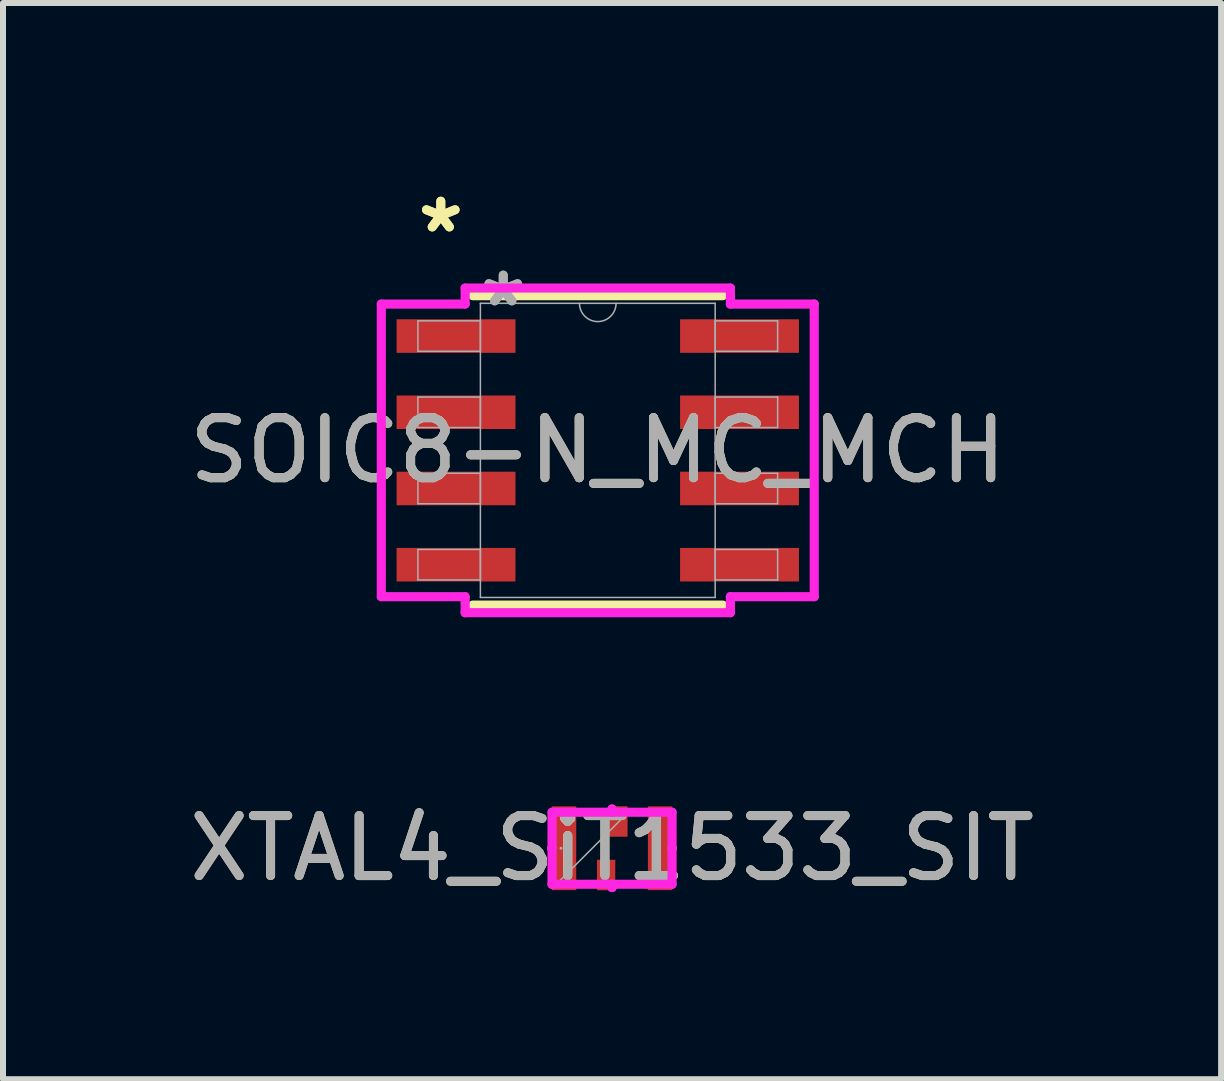
<source format=kicad_pcb>
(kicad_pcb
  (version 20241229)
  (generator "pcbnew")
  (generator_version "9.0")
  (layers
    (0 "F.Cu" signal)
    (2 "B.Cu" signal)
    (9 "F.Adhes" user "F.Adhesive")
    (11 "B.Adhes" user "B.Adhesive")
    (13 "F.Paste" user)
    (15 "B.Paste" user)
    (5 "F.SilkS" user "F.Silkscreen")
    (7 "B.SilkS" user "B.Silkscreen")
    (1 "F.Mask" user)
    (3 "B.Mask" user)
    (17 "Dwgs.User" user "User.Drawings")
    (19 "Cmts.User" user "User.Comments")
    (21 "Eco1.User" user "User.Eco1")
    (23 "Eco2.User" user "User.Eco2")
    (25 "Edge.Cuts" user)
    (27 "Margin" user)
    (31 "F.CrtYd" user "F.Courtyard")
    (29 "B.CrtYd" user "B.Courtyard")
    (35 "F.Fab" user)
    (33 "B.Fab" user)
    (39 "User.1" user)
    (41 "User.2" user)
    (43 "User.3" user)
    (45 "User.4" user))
  (footprint "SOIC8-N_MC_MCH"
    (layer "F.Cu")
    (at 6.911 4.455)
    (property "Reference" "SOIC8-N_MC_MCH" (at 0 0 0) (unlocked yes) (layer "F.SilkS") (effects (font (size 1 1) (thickness 0.15))))
    (attr smd)
    (fp_line (start -2.083 2.578) (end 2.083 2.578) (stroke (width 0.152) (type solid)) (layer "F.SilkS"))
    (fp_line (start 2.083 -2.578) (end -2.083 -2.578) (stroke (width 0.152) (type solid)) (layer "F.SilkS"))
    (fp_line (start -3.607 -2.438) (end -2.21 -2.438) (stroke (width 0.152) (type solid)) (layer "F.CrtYd"))
    (fp_line (start -3.607 2.438) (end -3.607 -2.438) (stroke (width 0.152) (type solid)) (layer "F.CrtYd"))
    (fp_line (start -3.607 2.438) (end -2.21 2.438) (stroke (width 0.152) (type solid)) (layer "F.CrtYd"))
    (fp_line (start -2.21 -2.705) (end 2.21 -2.705) (stroke (width 0.152) (type solid)) (layer "F.CrtYd"))
    (fp_line (start -2.21 -2.438) (end -2.21 -2.705) (stroke (width 0.152) (type solid)) (layer "F.CrtYd"))
    (fp_line (start -2.21 2.705) (end -2.21 2.438) (stroke (width 0.152) (type solid)) (layer "F.CrtYd"))
    (fp_line (start 2.21 -2.705) (end 2.21 -2.438) (stroke (width 0.152) (type solid)) (layer "F.CrtYd"))
    (fp_line (start 2.21 2.438) (end 2.21 2.705) (stroke (width 0.152) (type solid)) (layer "F.CrtYd"))
    (fp_line (start 2.21 2.705) (end -2.21 2.705) (stroke (width 0.152) (type solid)) (layer "F.CrtYd"))
    (fp_line (start 3.607 -2.438) (end 2.21 -2.438) (stroke (width 0.152) (type solid)) (layer "F.CrtYd"))
    (fp_line (start 3.607 -2.438) (end 3.607 2.438) (stroke (width 0.152) (type solid)) (layer "F.CrtYd"))
    (fp_line (start 3.607 2.438) (end 2.21 2.438) (stroke (width 0.152) (type solid)) (layer "F.CrtYd"))
    (fp_line (start -2.997 -2.159) (end -2.997 -1.651) (stroke (width 0.025) (type solid)) (layer "F.Fab"))
    (fp_line (start -2.997 -1.651) (end -1.956 -1.651) (stroke (width 0.025) (type solid)) (layer "F.Fab"))
    (fp_line (start -2.997 -0.889) (end -2.997 -0.381) (stroke (width 0.025) (type solid)) (layer "F.Fab"))
    (fp_line (start -2.997 -0.381) (end -1.956 -0.381) (stroke (width 0.025) (type solid)) (layer "F.Fab"))
    (fp_line (start -2.997 0.381) (end -2.997 0.889) (stroke (width 0.025) (type solid)) (layer "F.Fab"))
    (fp_line (start -2.997 0.889) (end -1.956 0.889) (stroke (width 0.025) (type solid)) (layer "F.Fab"))
    (fp_line (start -2.997 1.651) (end -2.997 2.159) (stroke (width 0.025) (type solid)) (layer "F.Fab"))
    (fp_line (start -2.997 2.159) (end -1.956 2.159) (stroke (width 0.025) (type solid)) (layer "F.Fab"))
    (fp_line (start -1.956 -2.451) (end -1.956 2.451) (stroke (width 0.025) (type solid)) (layer "F.Fab"))
    (fp_line (start -1.956 -2.159) (end -2.997 -2.159) (stroke (width 0.025) (type solid)) (layer "F.Fab"))
    (fp_line (start -1.956 -1.651) (end -1.956 -2.159) (stroke (width 0.025) (type solid)) (layer "F.Fab"))
    (fp_line (start -1.956 -0.889) (end -2.997 -0.889) (stroke (width 0.025) (type solid)) (layer "F.Fab"))
    (fp_line (start -1.956 -0.381) (end -1.956 -0.889) (stroke (width 0.025) (type solid)) (layer "F.Fab"))
    (fp_line (start -1.956 0.381) (end -2.997 0.381) (stroke (width 0.025) (type solid)) (layer "F.Fab"))
    (fp_line (start -1.956 0.889) (end -1.956 0.381) (stroke (width 0.025) (type solid)) (layer "F.Fab"))
    (fp_line (start -1.956 1.651) (end -2.997 1.651) (stroke (width 0.025) (type solid)) (layer "F.Fab"))
    (fp_line (start -1.956 2.159) (end -1.956 1.651) (stroke (width 0.025) (type solid)) (layer "F.Fab"))
    (fp_line (start -1.956 2.451) (end 1.956 2.451) (stroke (width 0.025) (type solid)) (layer "F.Fab"))
    (fp_line (start 1.956 -2.451) (end -1.956 -2.451) (stroke (width 0.025) (type solid)) (layer "F.Fab"))
    (fp_line (start 1.956 -2.159) (end 1.956 -1.651) (stroke (width 0.025) (type solid)) (layer "F.Fab"))
    (fp_line (start 1.956 -1.651) (end 2.997 -1.651) (stroke (width 0.025) (type solid)) (layer "F.Fab"))
    (fp_line (start 1.956 -0.889) (end 1.956 -0.381) (stroke (width 0.025) (type solid)) (layer "F.Fab"))
    (fp_line (start 1.956 -0.381) (end 2.997 -0.381) (stroke (width 0.025) (type solid)) (layer "F.Fab"))
    (fp_line (start 1.956 0.381) (end 1.956 0.889) (stroke (width 0.025) (type solid)) (layer "F.Fab"))
    (fp_line (start 1.956 0.889) (end 2.997 0.889) (stroke (width 0.025) (type solid)) (layer "F.Fab"))
    (fp_line (start 1.956 1.651) (end 1.956 2.159) (stroke (width 0.025) (type solid)) (layer "F.Fab"))
    (fp_line (start 1.956 2.159) (end 2.997 2.159) (stroke (width 0.025) (type solid)) (layer "F.Fab"))
    (fp_line (start 1.956 2.451) (end 1.956 -2.451) (stroke (width 0.025) (type solid)) (layer "F.Fab"))
    (fp_line (start 2.997 -2.159) (end 1.956 -2.159) (stroke (width 0.025) (type solid)) (layer "F.Fab"))
    (fp_line (start 2.997 -1.651) (end 2.997 -2.159) (stroke (width 0.025) (type solid)) (layer "F.Fab"))
    (fp_line (start 2.997 -0.889) (end 1.956 -0.889) (stroke (width 0.025) (type solid)) (layer "F.Fab"))
    (fp_line (start 2.997 -0.381) (end 2.997 -0.889) (stroke (width 0.025) (type solid)) (layer "F.Fab"))
    (fp_line (start 2.997 0.381) (end 1.956 0.381) (stroke (width 0.025) (type solid)) (layer "F.Fab"))
    (fp_line (start 2.997 0.889) (end 2.997 0.381) (stroke (width 0.025) (type solid)) (layer "F.Fab"))
    (fp_line (start 2.997 1.651) (end 1.956 1.651) (stroke (width 0.025) (type solid)) (layer "F.Fab"))
    (fp_line (start 2.997 2.159) (end 2.997 1.651) (stroke (width 0.025) (type solid)) (layer "F.Fab"))
    (fp_arc (start 0.3048 -2.4511) (mid 0 -2.1463) (end -0.3048 -2.4511) (stroke (width 0.0254) (type solid)) (layer "F.Fab"))
    (fp_text user "*" (at -2.616 -3.607 0) (layer "F.SilkS") (effects (font (size 1 1) (thickness 0.15))))
    (fp_text user "*" (at -2.616 -3.607 0) (unlocked yes) (layer "F.SilkS") (effects (font (size 1 1) (thickness 0.15))))
    (fp_text user "${REFERENCE}" (at 0 0 0) (unlocked yes) (layer "F.Fab") (effects (font (size 1 1) (thickness 0.15))))
    (fp_text user "*" (at -1.575 -2.375 0) (layer "F.Fab") (effects (font (size 1 1) (thickness 0.15))))
    (fp_text user "*" (at -1.575 -2.375 0) (unlocked yes) (layer "F.Fab") (effects (font (size 1 1) (thickness 0.15))))
    (pad "1" smd rect (at -2.362 -1.905) (size 1.981 0.559) (layers "F.Cu" "F.Mask" "F.Paste"))
    (pad "2" smd rect (at -2.362 -0.635) (size 1.981 0.559) (layers "F.Cu" "F.Mask" "F.Paste"))
    (pad "3" smd rect (at -2.362 0.635) (size 1.981 0.559) (layers "F.Cu" "F.Mask" "F.Paste"))
    (pad "4" smd rect (at -2.362 1.905) (size 1.981 0.559) (layers "F.Cu" "F.Mask" "F.Paste"))
    (pad "5" smd rect (at 2.362 1.905) (size 1.981 0.559) (layers "F.Cu" "F.Mask" "F.Paste"))
    (pad "6" smd rect (at 2.362 0.635) (size 1.981 0.559) (layers "F.Cu" "F.Mask" "F.Paste"))
    (pad "7" smd rect (at 2.362 -0.635) (size 1.981 0.559) (layers "F.Cu" "F.Mask" "F.Paste"))
    (pad "8" smd rect (at 2.362 -1.905) (size 1.981 0.559) (layers "F.Cu" "F.Mask" "F.Paste")))
  (footprint "XTAL4_SiT1533_SIT"
    (layer "F.Cu")
    (at 7.149 11.085)
    (property "Reference" "XTAL4_SiT1533_SIT" (at 0 0 0) (unlocked yes) (layer "F.SilkS") (effects (font (size 1 1) (thickness 0.15))))
    (attr smd)
    (fp_line (start -1.003 0) (end -1.003 0) (stroke (width 0.152) (type solid)) (layer "F.CrtYd"))
    (fp_line (start -1.003 0) (end -1 0) (stroke (width 0.152) (type solid)) (layer "F.CrtYd"))
    (fp_line (start -1 -0.6) (end 0 -0.6) (stroke (width 0.152) (type solid)) (layer "F.CrtYd"))
    (fp_line (start -1 0) (end -1.003 0) (stroke (width 0.152) (type solid)) (layer "F.CrtYd"))
    (fp_line (start -1 0) (end -1 -0.6) (stroke (width 0.152) (type solid)) (layer "F.CrtYd"))
    (fp_line (start -1 0.6) (end -1 0) (stroke (width 0.152) (type solid)) (layer "F.CrtYd"))
    (fp_line (start 0 -0.653) (end 0 -0.653) (stroke (width 0.152) (type solid)) (layer "F.CrtYd"))
    (fp_line (start 0 -0.653) (end 0 -0.6) (stroke (width 0.152) (type solid)) (layer "F.CrtYd"))
    (fp_line (start 0 -0.6) (end 0 -0.653) (stroke (width 0.152) (type solid)) (layer "F.CrtYd"))
    (fp_line (start 0 -0.6) (end 1 -0.6) (stroke (width 0.152) (type solid)) (layer "F.CrtYd"))
    (fp_line (start 0 0.6) (end -1 0.6) (stroke (width 0.152) (type solid)) (layer "F.CrtYd"))
    (fp_line (start 0 0.6) (end 0 0.653) (stroke (width 0.152) (type solid)) (layer "F.CrtYd"))
    (fp_line (start 0 0.653) (end 0 0.6) (stroke (width 0.152) (type solid)) (layer "F.CrtYd"))
    (fp_line (start 0 0.653) (end 0 0.653) (stroke (width 0.152) (type solid)) (layer "F.CrtYd"))
    (fp_line (start 1 -0.6) (end 1 0) (stroke (width 0.152) (type solid)) (layer "F.CrtYd"))
    (fp_line (start 1 0) (end 1 0.6) (stroke (width 0.152) (type solid)) (layer "F.CrtYd"))
    (fp_line (start 1 0) (end 1.003 0) (stroke (width 0.152) (type solid)) (layer "F.CrtYd"))
    (fp_line (start 1 0.6) (end 0 0.6) (stroke (width 0.152) (type solid)) (layer "F.CrtYd"))
    (fp_line (start 1.003 0) (end 1 0) (stroke (width 0.152) (type solid)) (layer "F.CrtYd"))
    (fp_line (start 1.003 0) (end 1.003 0) (stroke (width 0.152) (type solid)) (layer "F.CrtYd"))
    (fp_line (start -1 -0.6) (end -1 0.6) (stroke (width 0.025) (type solid)) (layer "F.Fab"))
    (fp_line (start -1 0.6) (end 1 0.6) (stroke (width 0.025) (type solid)) (layer "F.Fab"))
    (fp_line (start -1 0.67) (end 0.27 -0.6) (stroke (width 0.025) (type solid)) (layer "F.Fab"))
    (fp_line (start 1 -0.6) (end -1 -0.6) (stroke (width 0.025) (type solid)) (layer "F.Fab"))
    (fp_line (start 1 0.6) (end 1 -0.6) (stroke (width 0.025) (type solid)) (layer "F.Fab"))
    (fp_circle (center -0.851 0) (end -0.851 0) (stroke (width 0.025) (type solid)) (fill no) (layer "F.Fab"))
    (fp_text user "${REFERENCE}" (at 0 0 0) (unlocked yes) (layer "F.Fab") (effects (font (size 1 1) (thickness 0.15))))
    (pad "1" smd rect (at -0.8 0) (size 0.406 1.397) (layers "F.Cu" "F.Mask" "F.Paste"))
    (pad "2" smd rect (at -0.099 0.446 90) (size 0.508 0.305) (layers "F.Cu" "F.Mask" "F.Paste"))
    (pad "3" smd rect (at 0.8 0) (size 0.406 1.397) (layers "F.Cu" "F.Mask" "F.Paste"))
    (pad "4" smd rect (at 0.106 -0.446 90) (size 0.508 0.305) (layers "F.Cu" "F.Mask" "F.Paste")))
  (gr_rect
    (start -3 -3)
    (end 17.298 14.933)
    (stroke (width 0.1) (type default))
    (fill no)
    (layer "Edge.Cuts")))
</source>
